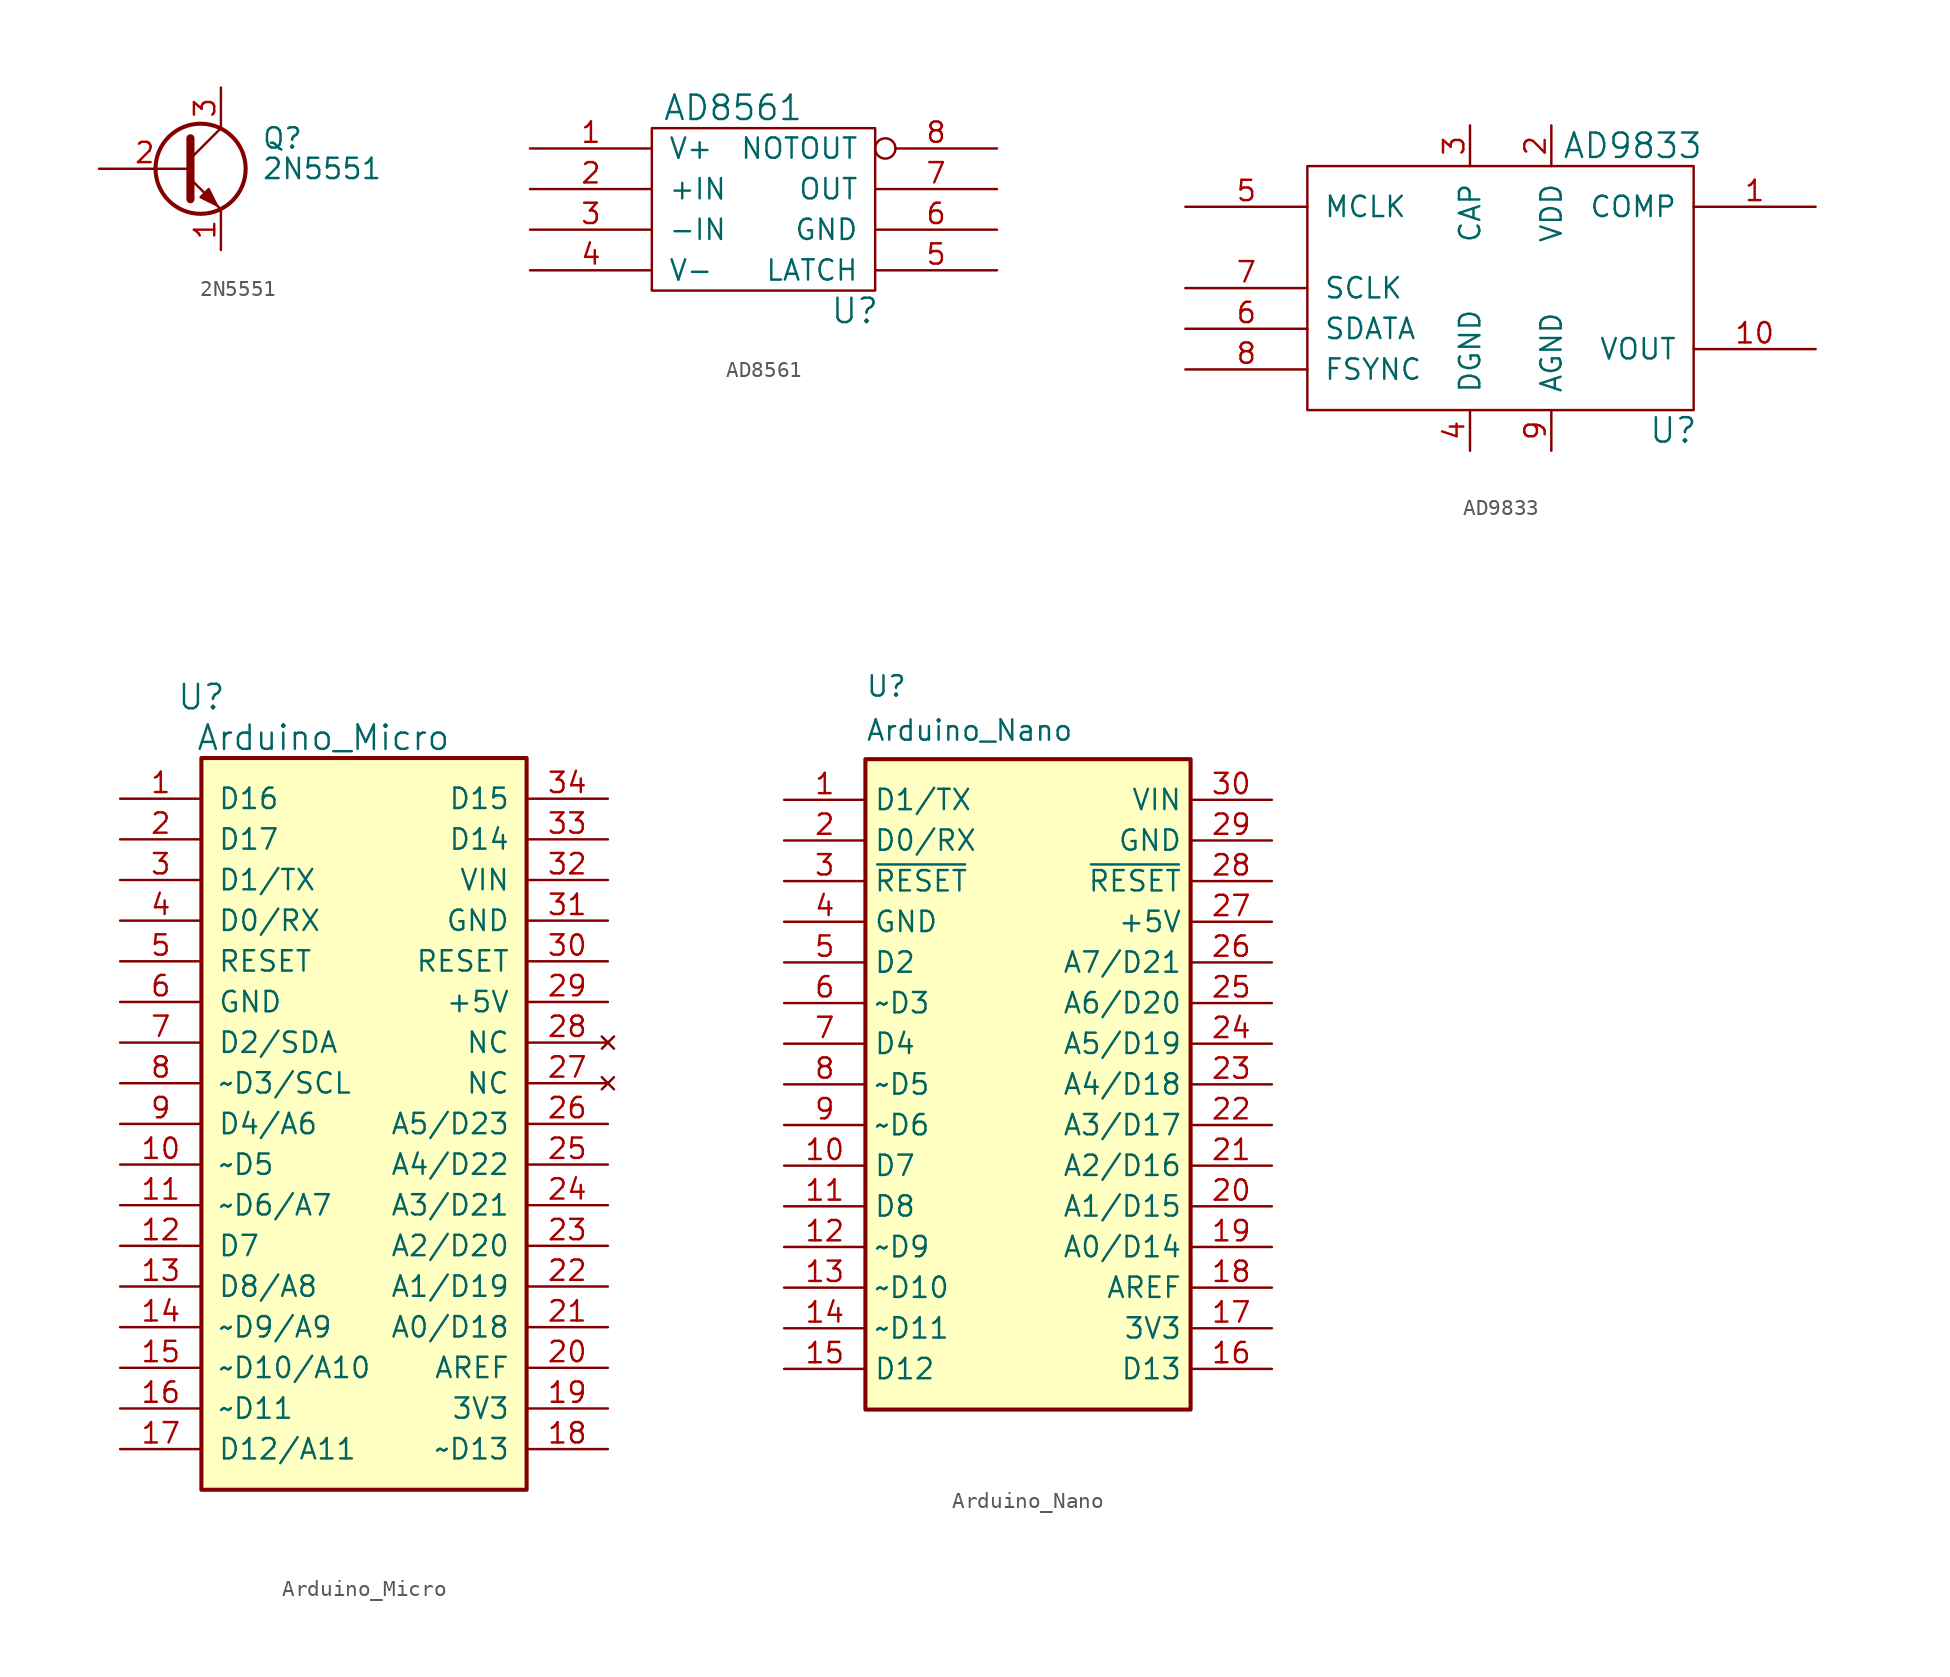
<source format=kicad_sym>
(kicad_symbol_lib
  (version 20231120)
  (generator "kicad_symbol_editor")
  (generator_version "8.0")
  (symbol "2N5551"
    (pin_names
      (offset 0) hide)
    (property "Reference" "Q"
      (at 5.08 1.905 0)
      (effects (font (size 1.27 1.27)) (justify left)))
    (property "Value" "2N5551"
      (at 5.08 0 0)
      (effects (font (size 1.27 1.27)) (justify left)))
    (symbol "2N5551_0_1"
      (polyline (pts (xy 0.635 0.635) (xy 2.54 2.54)) (stroke (width 0) (type default)) (fill (type none)))
      (polyline (pts (xy 0.635 -0.635) (xy 2.54 -2.54) (xy 2.54 -2.54)) (stroke (width 0) (type default)) (fill (type none)))
      (polyline (pts (xy 0.635 1.905) (xy 0.635 -1.905) (xy 0.635 -1.905)) (stroke (width 0.508) (type default)) (fill (type none)))
      (polyline (pts (xy 1.27 -1.778) (xy 1.778 -1.27) (xy 2.286 -2.286) (xy 1.27 -1.778) (xy 1.27 -1.778)) (stroke (width 0) (type default)) (fill (type outline)))
      (circle (center 1.27 0) (radius 2.819) (stroke (width 0.254) (type default)) (fill (type none))))
    (symbol "2N5551_1_1"
      (pin passive line (at 2.54 -5.08 90) (length 2.54) (name "E" (effects (font (size 1.27 1.27)))) (number "1" (effects (font (size 1.27 1.27)))))
      (pin passive line (at -5.08 0 0) (length 5.715) (name "B" (effects (font (size 1.27 1.27)))) (number "2" (effects (font (size 1.27 1.27)))))
      (pin passive line (at 2.54 5.08 270) (length 2.54) (name "C" (effects (font (size 1.27 1.27)))) (number "3" (effects (font (size 1.27 1.27)))))))
  (symbol "AD8561"
    (pin_names
      (offset 1.016))
    (property "Reference" "U"
      (at 6.35 -3.81 0)
      (effects (font (size 1.524 1.524))))
    (property "Value" "AD8561"
      (at -1.27 8.89 0)
      (effects (font (size 1.524 1.524))))
    (property "Footprint" ""
      (at 0 0 0)
      (effects (font (size 1.524 1.524))))
    (property "Datasheet" ""
      (at 0 0 0)
      (effects (font (size 1.524 1.524))))
    (symbol "AD8561_0_1"
      (rectangle (start -6.35 7.62) (end 7.62 -2.54) (stroke (width 0) (type default)) (fill (type none))))
    (symbol "AD8561_1_1"
      (pin power_in line (at -13.97 6.35 0) (length 7.62) (name "V+" (effects (font (size 1.27 1.27)))) (number "1" (effects (font (size 1.27 1.27)))))
      (pin input line (at -13.97 3.81 0) (length 7.62) (name "+IN" (effects (font (size 1.27 1.27)))) (number "2" (effects (font (size 1.27 1.27)))))
      (pin input line (at -13.97 1.27 0) (length 7.62) (name "-IN" (effects (font (size 1.27 1.27)))) (number "3" (effects (font (size 1.27 1.27)))))
      (pin power_in line (at -13.97 -1.27 0) (length 7.62) (name "V-" (effects (font (size 1.27 1.27)))) (number "4" (effects (font (size 1.27 1.27)))))
      (pin input line (at 15.24 -1.27 180) (length 7.62) (name "LATCH" (effects (font (size 1.27 1.27)))) (number "5" (effects (font (size 1.27 1.27)))))
      (pin power_out line (at 15.24 1.27 180) (length 7.62) (name "GND" (effects (font (size 1.27 1.27)))) (number "6" (effects (font (size 1.27 1.27)))))
      (pin output line (at 15.24 3.81 180) (length 7.62) (name "OUT" (effects (font (size 1.27 1.27)))) (number "7" (effects (font (size 1.27 1.27)))))
      (pin output inverted (at 15.24 6.35 180) (length 7.62) (name "NOTOUT" (effects (font (size 1.27 1.27)))) (number "8" (effects (font (size 1.27 1.27)))))))
  (symbol "AD9833"
    (pin_names
      (offset 1.016))
    (property "Reference" "U"
      (at 11.43 -10.16 0)
      (effects (font (size 1.524 1.524))))
    (property "Value" "AD9833"
      (at 8.89 7.62 0)
      (effects (font (size 1.524 1.524))))
    (property "Footprint" ""
      (at 5.08 10.16 0)
      (effects (font (size 1.524 1.524))))
    (property "Datasheet" ""
      (at 5.08 10.16 0)
      (effects (font (size 1.524 1.524))))
    (symbol "AD9833_0_1"
      (rectangle (start -11.43 6.35) (end 12.7 -8.89) (stroke (width 0) (type default)) (fill (type none))))
    (symbol "AD9833_1_1"
      (pin input line (at 20.32 3.81 180) (length 7.62) (name "COMP" (effects (font (size 1.27 1.27)))) (number "1" (effects (font (size 1.27 1.27)))))
      (pin output line (at 20.32 -5.08 180) (length 7.62) (name "VOUT" (effects (font (size 1.27 1.27)))) (number "10" (effects (font (size 1.27 1.27)))))
      (pin power_in line (at 3.81 8.89 270) (length 2.54) (name "VDD" (effects (font (size 1.27 1.27)))) (number "2" (effects (font (size 1.27 1.27)))))
      (pin input line (at -1.27 8.89 270) (length 2.54) (name "CAP" (effects (font (size 1.27 1.27)))) (number "3" (effects (font (size 1.27 1.27)))))
      (pin power_in line (at -1.27 -11.43 90) (length 2.54) (name "DGND" (effects (font (size 1.27 1.27)))) (number "4" (effects (font (size 1.27 1.27)))))
      (pin input line (at -19.05 3.81 0) (length 7.62) (name "MCLK" (effects (font (size 1.27 1.27)))) (number "5" (effects (font (size 1.27 1.27)))))
      (pin input line (at -19.05 -3.81 0) (length 7.62) (name "SDATA" (effects (font (size 1.27 1.27)))) (number "6" (effects (font (size 1.27 1.27)))))
      (pin input line (at -19.05 -1.27 0) (length 7.62) (name "SCLK" (effects (font (size 1.27 1.27)))) (number "7" (effects (font (size 1.27 1.27)))))
      (pin input line (at -19.05 -6.35 0) (length 7.62) (name "FSYNC" (effects (font (size 1.27 1.27)))) (number "8" (effects (font (size 1.27 1.27)))))
      (pin power_in line (at 3.81 -11.43 90) (length 2.54) (name "AGND" (effects (font (size 1.27 1.27)))) (number "9" (effects (font (size 1.27 1.27)))))))
  (symbol "Arduino_Micro"
    (pin_names
      (offset 1.016))
    (property "Reference" "U"
      (at -10.16 26.67 0)
      (effects (font (size 1.524 1.524))))
    (property "Value" "Arduino_Micro"
      (at -2.54 24.13 0)
      (effects (font (size 1.524 1.524))))
    (symbol "Arduino_Micro_0_1"
      (rectangle (start -10.16 22.86) (end 10.16 -22.86) (stroke (width 0.254) (type default)) (fill (type background))))
    (symbol "Arduino_Micro_1_1"
      (pin bidirectional line (at -15.24 20.32 0) (length 5.08) (name "D16" (effects (font (size 1.27 1.27)))) (number "1" (effects (font (size 1.27 1.27)))))
      (pin bidirectional line (at -15.24 -2.54 0) (length 5.08) (name "~D5" (effects (font (size 1.27 1.27)))) (number "10" (effects (font (size 1.27 1.27)))))
      (pin bidirectional line (at -15.24 -5.08 0) (length 5.08) (name "~D6/A7" (effects (font (size 1.27 1.27)))) (number "11" (effects (font (size 1.27 1.27)))))
      (pin bidirectional line (at -15.24 -7.62 0) (length 5.08) (name "D7" (effects (font (size 1.27 1.27)))) (number "12" (effects (font (size 1.27 1.27)))))
      (pin bidirectional line (at -15.24 -10.16 0) (length 5.08) (name "D8/A8" (effects (font (size 1.27 1.27)))) (number "13" (effects (font (size 1.27 1.27)))))
      (pin bidirectional line (at -15.24 -12.7 0) (length 5.08) (name "~D9/A9" (effects (font (size 1.27 1.27)))) (number "14" (effects (font (size 1.27 1.27)))))
      (pin bidirectional line (at -15.24 -15.24 0) (length 5.08) (name "~D10/A10" (effects (font (size 1.27 1.27)))) (number "15" (effects (font (size 1.27 1.27)))))
      (pin bidirectional line (at -15.24 -17.78 0) (length 5.08) (name "~D11" (effects (font (size 1.27 1.27)))) (number "16" (effects (font (size 1.27 1.27)))))
      (pin bidirectional line (at -15.24 -20.32 0) (length 5.08) (name "D12/A11" (effects (font (size 1.27 1.27)))) (number "17" (effects (font (size 1.27 1.27)))))
      (pin bidirectional line (at 15.24 -20.32 180) (length 5.08) (name "~D13" (effects (font (size 1.27 1.27)))) (number "18" (effects (font (size 1.27 1.27)))))
      (pin power_out line (at 15.24 -17.78 180) (length 5.08) (name "3V3" (effects (font (size 1.27 1.27)))) (number "19" (effects (font (size 1.27 1.27)))))
      (pin bidirectional line (at -15.24 17.78 0) (length 5.08) (name "D17" (effects (font (size 1.27 1.27)))) (number "2" (effects (font (size 1.27 1.27)))))
      (pin input line (at 15.24 -15.24 180) (length 5.08) (name "AREF" (effects (font (size 1.27 1.27)))) (number "20" (effects (font (size 1.27 1.27)))))
      (pin bidirectional line (at 15.24 -12.7 180) (length 5.08) (name "A0/D18" (effects (font (size 1.27 1.27)))) (number "21" (effects (font (size 1.27 1.27)))))
      (pin bidirectional line (at 15.24 -10.16 180) (length 5.08) (name "A1/D19" (effects (font (size 1.27 1.27)))) (number "22" (effects (font (size 1.27 1.27)))))
      (pin bidirectional line (at 15.24 -7.62 180) (length 5.08) (name "A2/D20" (effects (font (size 1.27 1.27)))) (number "23" (effects (font (size 1.27 1.27)))))
      (pin bidirectional line (at 15.24 -5.08 180) (length 5.08) (name "A3/D21" (effects (font (size 1.27 1.27)))) (number "24" (effects (font (size 1.27 1.27)))))
      (pin bidirectional line (at 15.24 -2.54 180) (length 5.08) (name "A4/D22" (effects (font (size 1.27 1.27)))) (number "25" (effects (font (size 1.27 1.27)))))
      (pin bidirectional line (at 15.24 0 180) (length 5.08) (name "A5/D23" (effects (font (size 1.27 1.27)))) (number "26" (effects (font (size 1.27 1.27)))))
      (pin no_connect line (at 15.24 2.54 180) (length 5.08) (name "NC" (effects (font (size 1.27 1.27)))) (number "27" (effects (font (size 1.27 1.27)))))
      (pin no_connect line (at 15.24 5.08 180) (length 5.08) (name "NC" (effects (font (size 1.27 1.27)))) (number "28" (effects (font (size 1.27 1.27)))))
      (pin power_in line (at 15.24 7.62 180) (length 5.08) (name "+5V" (effects (font (size 1.27 1.27)))) (number "29" (effects (font (size 1.27 1.27)))))
      (pin bidirectional line (at -15.24 15.24 0) (length 5.08) (name "D1/TX" (effects (font (size 1.27 1.27)))) (number "3" (effects (font (size 1.27 1.27)))))
      (pin input line (at 15.24 10.16 180) (length 5.08) (name "RESET" (effects (font (size 1.27 1.27)))) (number "30" (effects (font (size 1.27 1.27)))))
      (pin power_in line (at 15.24 12.7 180) (length 5.08) (name "GND" (effects (font (size 1.27 1.27)))) (number "31" (effects (font (size 1.27 1.27)))))
      (pin power_out line (at 15.24 15.24 180) (length 5.08) (name "VIN" (effects (font (size 1.27 1.27)))) (number "32" (effects (font (size 1.27 1.27)))))
      (pin bidirectional line (at 15.24 17.78 180) (length 5.08) (name "D14" (effects (font (size 1.27 1.27)))) (number "33" (effects (font (size 1.27 1.27)))))
      (pin bidirectional line (at 15.24 20.32 180) (length 5.08) (name "D15" (effects (font (size 1.27 1.27)))) (number "34" (effects (font (size 1.27 1.27)))))
      (pin bidirectional line (at -15.24 12.7 0) (length 5.08) (name "D0/RX" (effects (font (size 1.27 1.27)))) (number "4" (effects (font (size 1.27 1.27)))))
      (pin input line (at -15.24 10.16 0) (length 5.08) (name "RESET" (effects (font (size 1.27 1.27)))) (number "5" (effects (font (size 1.27 1.27)))))
      (pin power_in line (at -15.24 7.62 0) (length 5.08) (name "GND" (effects (font (size 1.27 1.27)))) (number "6" (effects (font (size 1.27 1.27)))))
      (pin bidirectional line (at -15.24 5.08 0) (length 5.08) (name "D2/SDA" (effects (font (size 1.27 1.27)))) (number "7" (effects (font (size 1.27 1.27)))))
      (pin bidirectional line (at -15.24 2.54 0) (length 5.08) (name "~D3/SCL" (effects (font (size 1.27 1.27)))) (number "8" (effects (font (size 1.27 1.27)))))
      (pin bidirectional line (at -15.24 0 0) (length 5.08) (name "D4/A6" (effects (font (size 1.27 1.27)))) (number "9" (effects (font (size 1.27 1.27)))))))
  (symbol "Arduino_Nano"
    (property "Reference" "U"
      (at -10.16 24.13 0)
      (effects (font (size 1.27 1.27)) (justify left bottom)))
    (property "Value" "Arduino_Nano"
      (at -10.16 22.86 0)
      (effects (font (size 1.27 1.27)) (justify left top)))
    (symbol "Arduino_Nano_0_1"
      (rectangle (start -10.16 20.32) (end 10.16 -20.32) (stroke (width 0.254) (type default)) (fill (type background))))
    (symbol "Arduino_Nano_1_1"
      (pin bidirectional line (at -15.24 17.78 0) (length 5.08) (name "D1/TX" (effects (font (size 1.27 1.27)))) (number "1" (effects (font (size 1.27 1.27)))))
      (pin bidirectional line (at -15.24 -5.08 0) (length 5.08) (name "D7" (effects (font (size 1.27 1.27)))) (number "10" (effects (font (size 1.27 1.27)))))
      (pin bidirectional line (at -15.24 -7.62 0) (length 5.08) (name "D8" (effects (font (size 1.27 1.27)))) (number "11" (effects (font (size 1.27 1.27)))))
      (pin bidirectional line (at -15.24 -10.16 0) (length 5.08) (name "~D9" (effects (font (size 1.27 1.27)))) (number "12" (effects (font (size 1.27 1.27)))))
      (pin bidirectional line (at -15.24 -12.7 0) (length 5.08) (name "~D10" (effects (font (size 1.27 1.27)))) (number "13" (effects (font (size 1.27 1.27)))))
      (pin bidirectional line (at -15.24 -15.24 0) (length 5.08) (name "~D11" (effects (font (size 1.27 1.27)))) (number "14" (effects (font (size 1.27 1.27)))))
      (pin bidirectional line (at -15.24 -17.78 0) (length 5.08) (name "D12" (effects (font (size 1.27 1.27)))) (number "15" (effects (font (size 1.27 1.27)))))
      (pin bidirectional line (at 15.24 -17.78 180) (length 5.08) (name "D13" (effects (font (size 1.27 1.27)))) (number "16" (effects (font (size 1.27 1.27)))))
      (pin power_out line (at 15.24 -15.24 180) (length 5.08) (name "3V3" (effects (font (size 1.27 1.27)))) (number "17" (effects (font (size 1.27 1.27)))))
      (pin input line (at 15.24 -12.7 180) (length 5.08) (name "AREF" (effects (font (size 1.27 1.27)))) (number "18" (effects (font (size 1.27 1.27)))))
      (pin bidirectional line (at 15.24 -10.16 180) (length 5.08) (name "A0/D14" (effects (font (size 1.27 1.27)))) (number "19" (effects (font (size 1.27 1.27)))))
      (pin bidirectional line (at -15.24 15.24 0) (length 5.08) (name "D0/RX" (effects (font (size 1.27 1.27)))) (number "2" (effects (font (size 1.27 1.27)))))
      (pin bidirectional line (at 15.24 -7.62 180) (length 5.08) (name "A1/D15" (effects (font (size 1.27 1.27)))) (number "20" (effects (font (size 1.27 1.27)))))
      (pin bidirectional line (at 15.24 -5.08 180) (length 5.08) (name "A2/D16" (effects (font (size 1.27 1.27)))) (number "21" (effects (font (size 1.27 1.27)))))
      (pin bidirectional line (at 15.24 -2.54 180) (length 5.08) (name "A3/D17" (effects (font (size 1.27 1.27)))) (number "22" (effects (font (size 1.27 1.27)))))
      (pin bidirectional line (at 15.24 0 180) (length 5.08) (name "A4/D18" (effects (font (size 1.27 1.27)))) (number "23" (effects (font (size 1.27 1.27)))))
      (pin bidirectional line (at 15.24 2.54 180) (length 5.08) (name "A5/D19" (effects (font (size 1.27 1.27)))) (number "24" (effects (font (size 1.27 1.27)))))
      (pin bidirectional line (at 15.24 5.08 180) (length 5.08) (name "A6/D20" (effects (font (size 1.27 1.27)))) (number "25" (effects (font (size 1.27 1.27)))))
      (pin bidirectional line (at 15.24 7.62 180) (length 5.08) (name "A7/D21" (effects (font (size 1.27 1.27)))) (number "26" (effects (font (size 1.27 1.27)))))
      (pin power_out line (at 15.24 10.16 180) (length 5.08) (name "+5V" (effects (font (size 1.27 1.27)))) (number "27" (effects (font (size 1.27 1.27)))))
      (pin input line (at 15.24 12.7 180) (length 5.08) (name "~{RESET}" (effects (font (size 1.27 1.27)))) (number "28" (effects (font (size 1.27 1.27)))))
      (pin power_in line (at 15.24 15.24 180) (length 5.08) (name "GND" (effects (font (size 1.27 1.27)))) (number "29" (effects (font (size 1.27 1.27)))))
      (pin input line (at -15.24 12.7 0) (length 5.08) (name "~{RESET}" (effects (font (size 1.27 1.27)))) (number "3" (effects (font (size 1.27 1.27)))))
      (pin power_in line (at 15.24 17.78 180) (length 5.08) (name "VIN" (effects (font (size 1.27 1.27)))) (number "30" (effects (font (size 1.27 1.27)))))
      (pin power_in line (at -15.24 10.16 0) (length 5.08) (name "GND" (effects (font (size 1.27 1.27)))) (number "4" (effects (font (size 1.27 1.27)))))
      (pin bidirectional line (at -15.24 7.62 0) (length 5.08) (name "D2" (effects (font (size 1.27 1.27)))) (number "5" (effects (font (size 1.27 1.27)))))
      (pin bidirectional line (at -15.24 5.08 0) (length 5.08) (name "~D3" (effects (font (size 1.27 1.27)))) (number "6" (effects (font (size 1.27 1.27)))))
      (pin bidirectional line (at -15.24 2.54 0) (length 5.08) (name "D4" (effects (font (size 1.27 1.27)))) (number "7" (effects (font (size 1.27 1.27)))))
      (pin bidirectional line (at -15.24 0 0) (length 5.08) (name "~D5" (effects (font (size 1.27 1.27)))) (number "8" (effects (font (size 1.27 1.27)))))
      (pin bidirectional line (at -15.24 -2.54 0) (length 5.08) (name "~D6" (effects (font (size 1.27 1.27)))) (number "9" (effects (font (size 1.27 1.27))))))))
</source>
